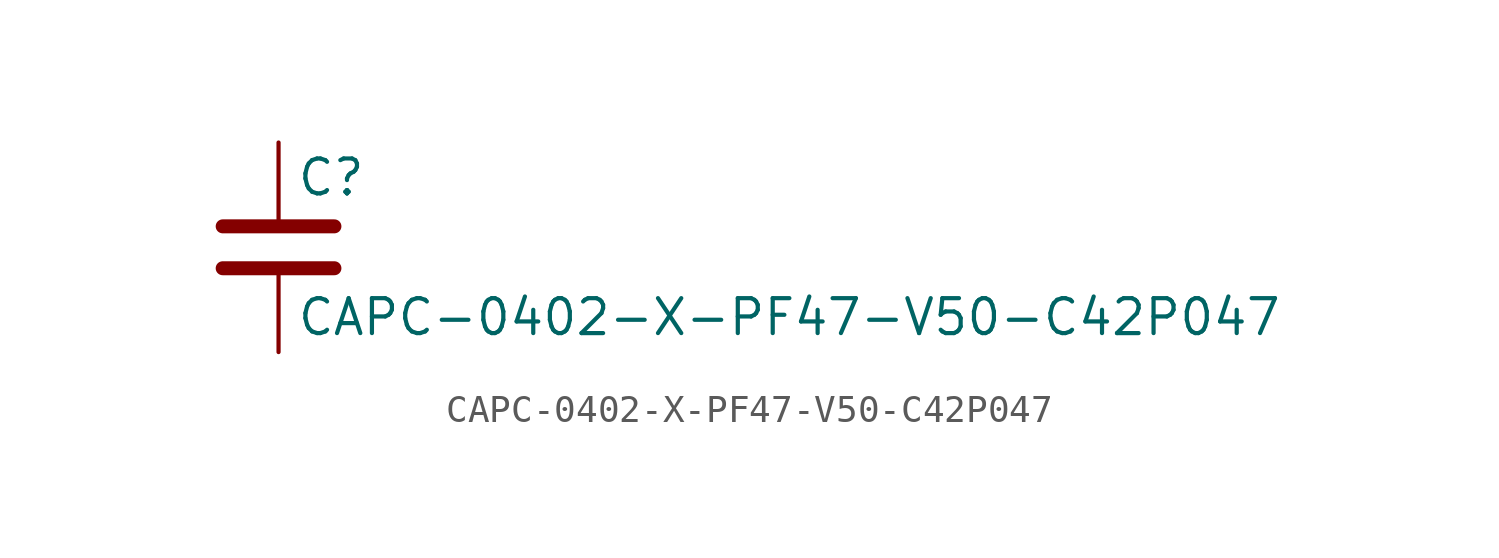
<source format=kicad_sym>
(kicad_symbol_lib
  (version 20211014)
  (generator kicad_symbol_editor)
  (symbol "CAPC-0402-X-PF47-V50-C42P047"
    (pin_numbers hide)
    (pin_names
      (offset 0.254))
    (property "Reference" "C"
      (at 0.635 2.54 0)
      (effects (font (size 1.27 1.27)) (justify left)))
    (property "Value" "CAPC-0402-X-PF47-V50-C42P047"
      (at 0.635 -2.54 0)
      (effects (font (size 1.27 1.27)) (justify left)))
    (symbol "CAPC-0402-X-PF47-V50-C42P047_0_1"
      (polyline (pts (xy -2.032 -0.762) (xy 2.032 -0.762)) (stroke (width 0.508) (type default) (color 0 0 0 0)) (fill (type none)))
      (polyline (pts (xy -2.032 0.762) (xy 2.032 0.762)) (stroke (width 0.508) (type default) (color 0 0 0 0)) (fill (type none))))
    (symbol "CAPC-0402-X-PF47-V50-C42P047_1_1"
      (pin passive line (at 0 3.81 270) (length 2.794) (name "~" (effects (font (size 1.27 1.27)))) (number "1" (effects (font (size 1.27 1.27)))))
      (pin passive line (at 0 -3.81 90) (length 2.794) (name "~" (effects (font (size 1.27 1.27)))) (number "2" (effects (font (size 1.27 1.27))))))))
</source>
